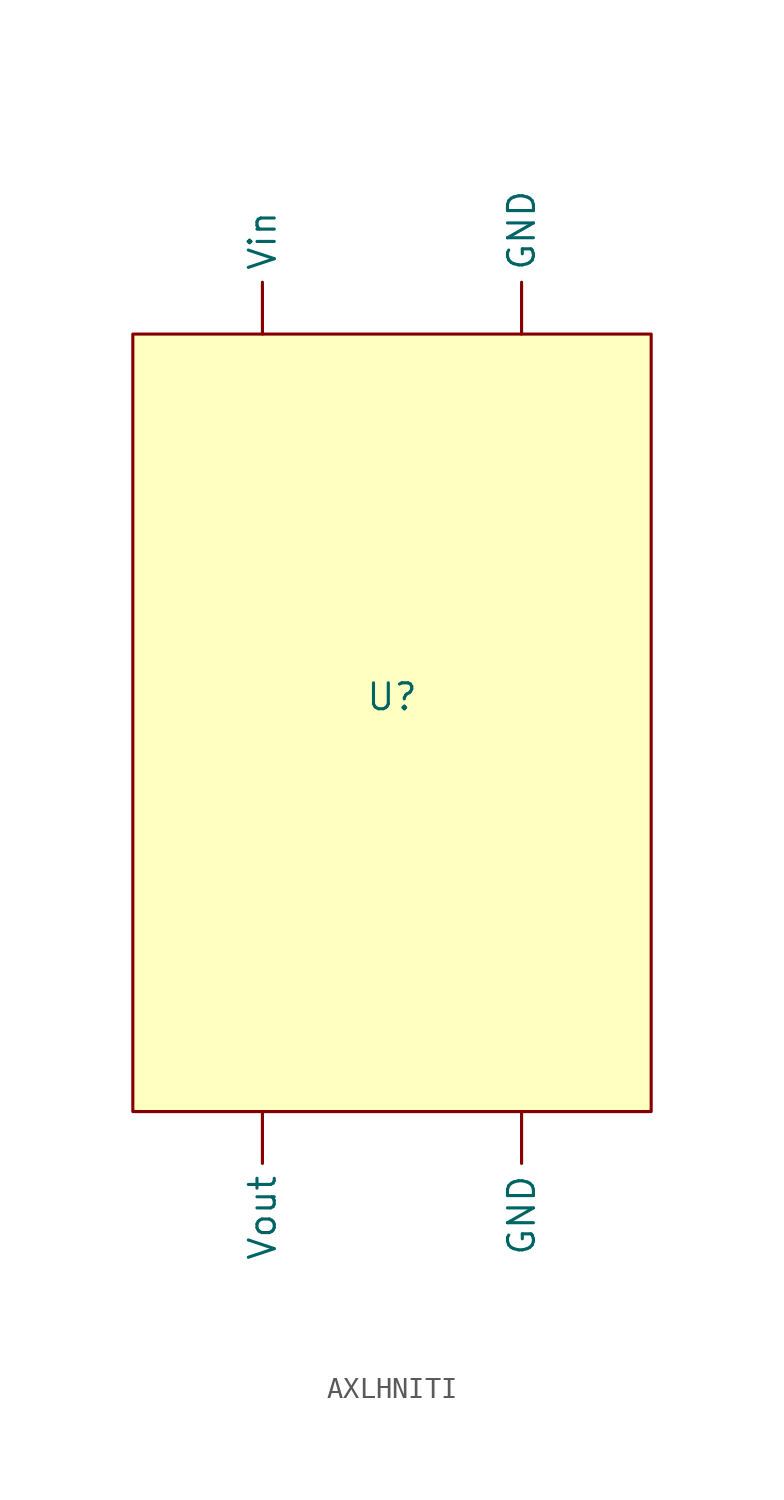
<source format=kicad_sym>
(kicad_symbol_lib
  (version 20231120)
  (generator "kicad_symbol_editor")
  (generator_version "8.0")
  (symbol "AXLHNITI"
    (property "Reference" "U"
      (at 0 -5.08 0)
      (effects (font (size 1.27 1.27))))
    (property "Value" ""
      (at 0 0 0)
      (effects (font (size 1.27 1.27))))
    (symbol "AXLHNITI_1_1"
      (polyline (pts (xy -12.7 12.7) (xy 12.7 12.7) (xy 12.7 -25.4) (xy -12.7 -25.4) (xy -12.7 12.7)) (stroke (width 0) (type default)) (fill (type background)))
      (pin output line (at 6.35 -25.4 270) (length 2.54) (name "GND" (effects (font (size 1.27 1.27)))) (number "" (effects (font (size 1.27 1.27)))))
      (pin input line (at 6.35 12.7 90) (length 2.54) (name "GND" (effects (font (size 1.27 1.27)))) (number "" (effects (font (size 1.27 1.27)))))
      (pin input line (at -6.35 12.7 90) (length 2.54) (name "Vin" (effects (font (size 1.27 1.27)))) (number "" (effects (font (size 1.27 1.27)))))
      (pin output line (at -6.35 -25.4 270) (length 2.54) (name "Vout" (effects (font (size 1.27 1.27)))) (number "" (effects (font (size 1.27 1.27))))))))
</source>
